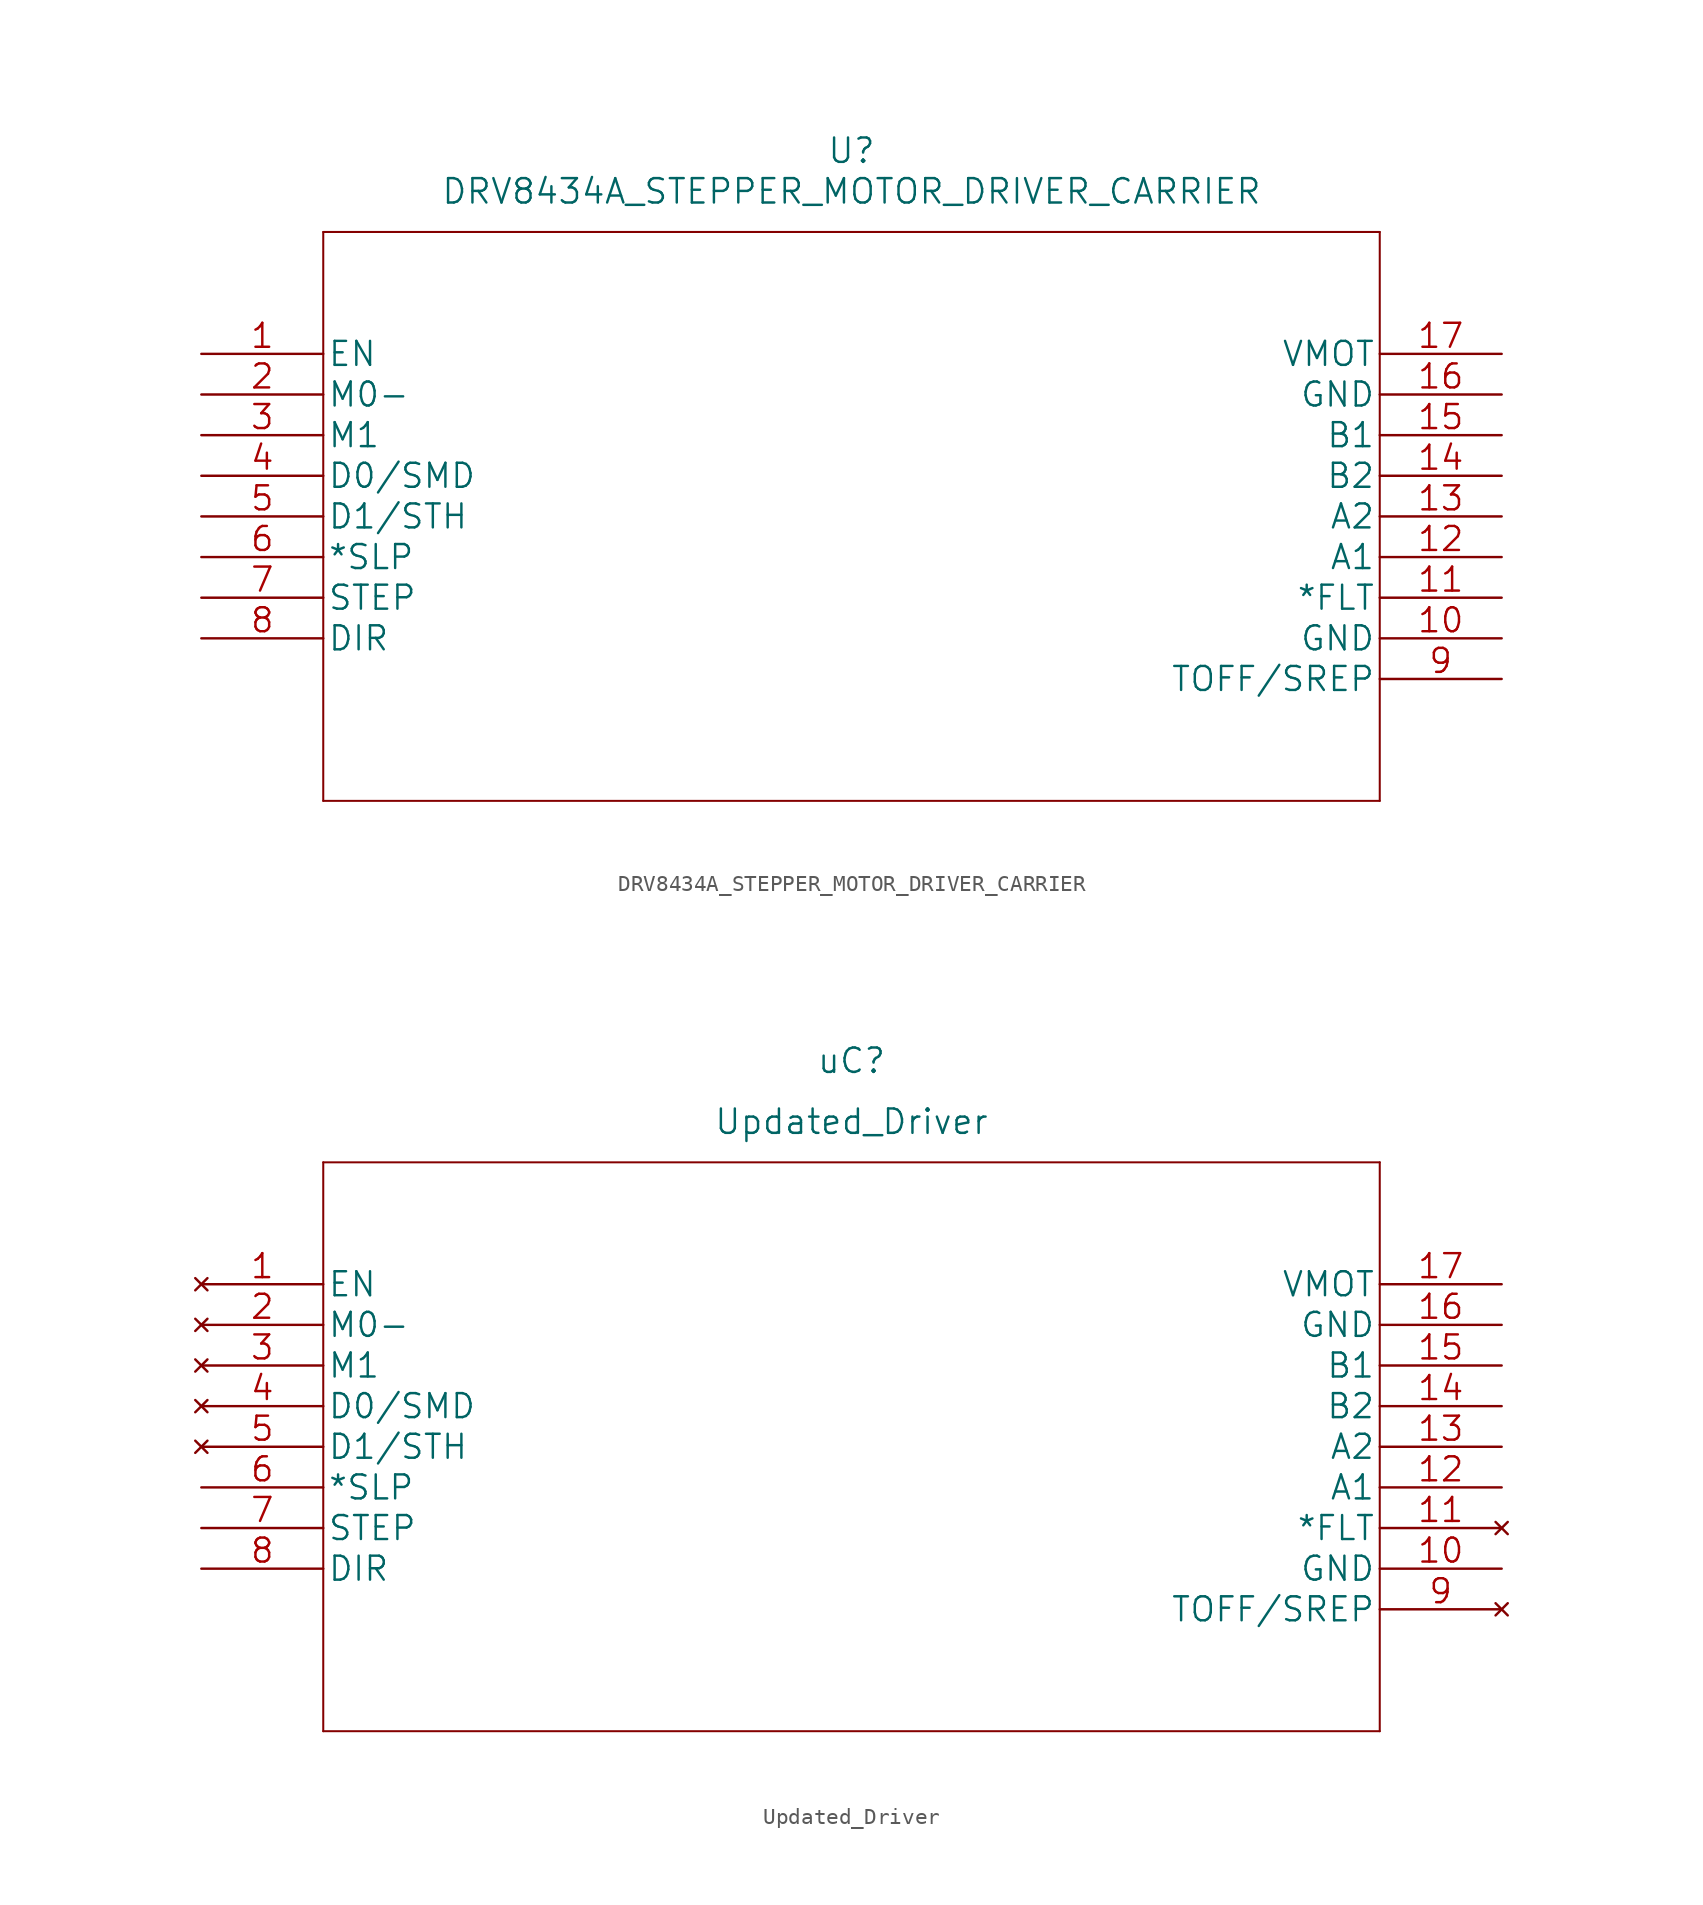
<source format=kicad_sym>
(kicad_symbol_lib
  (version 20211014)
  (generator kicad_symbol_editor)
  (symbol "DRV8434A_STEPPER_MOTOR_DRIVER_CARRIER"
    (pin_names
      (offset 0.254))
    (property "Reference" "U"
      (at 40.64 12.7 0)
      (effects (font (size 1.524 1.524))))
    (property "Value" "DRV8434A_STEPPER_MOTOR_DRIVER_CARRIER"
      (at 40.64 10.16 0)
      (effects (font (size 1.524 1.524))))
    (property "Datasheet" ""
      (at 0 0 0)
      (effects (font (size 1.524 1.524))))
    (property "ki_locked" ""
      (at 0 0 0)
      (effects (font (size 1.27 1.27))))
    (symbol "DRV8434A_STEPPER_MOTOR_DRIVER_CARRIER_1_1"
      (polyline (pts (xy 7.62 -27.94) (xy 73.66 -27.94)) (stroke (width 0.127) (type default) (color 0 0 0 0)) (fill (type none)))
      (polyline (pts (xy 7.62 7.62) (xy 7.62 -27.94)) (stroke (width 0.127) (type default) (color 0 0 0 0)) (fill (type none)))
      (polyline (pts (xy 73.66 -27.94) (xy 73.66 7.62)) (stroke (width 0.127) (type default) (color 0 0 0 0)) (fill (type none)))
      (polyline (pts (xy 73.66 7.62) (xy 7.62 7.62)) (stroke (width 0.127) (type default) (color 0 0 0 0)) (fill (type none)))
      (pin unspecified line (at 0 0 0) (length 7.62) (name "EN" (effects (font (size 1.499 1.499)))) (number "1" (effects (font (size 1.499 1.499)))))
      (pin power_in line (at 81.28 -17.78 180) (length 7.62) (name "GND" (effects (font (size 1.499 1.499)))) (number "10" (effects (font (size 1.499 1.499)))))
      (pin unspecified line (at 81.28 -15.24 180) (length 7.62) (name "*FLT" (effects (font (size 1.499 1.499)))) (number "11" (effects (font (size 1.499 1.499)))))
      (pin bidirectional line (at 81.28 -12.7 180) (length 7.62) (name "A1" (effects (font (size 1.499 1.499)))) (number "12" (effects (font (size 1.499 1.499)))))
      (pin bidirectional line (at 81.28 -10.16 180) (length 7.62) (name "A2" (effects (font (size 1.499 1.499)))) (number "13" (effects (font (size 1.499 1.499)))))
      (pin bidirectional line (at 81.28 -7.62 180) (length 7.62) (name "B2" (effects (font (size 1.499 1.499)))) (number "14" (effects (font (size 1.499 1.499)))))
      (pin bidirectional line (at 81.28 -5.08 180) (length 7.62) (name "B1" (effects (font (size 1.499 1.499)))) (number "15" (effects (font (size 1.499 1.499)))))
      (pin power_in line (at 81.28 -2.54 180) (length 7.62) (name "GND" (effects (font (size 1.499 1.499)))) (number "16" (effects (font (size 1.499 1.499)))))
      (pin unspecified line (at 81.28 0 180) (length 7.62) (name "VMOT" (effects (font (size 1.499 1.499)))) (number "17" (effects (font (size 1.499 1.499)))))
      (pin bidirectional line (at 0 -2.54 0) (length 7.62) (name "M0-" (effects (font (size 1.499 1.499)))) (number "2" (effects (font (size 1.499 1.499)))))
      (pin bidirectional line (at 0 -5.08 0) (length 7.62) (name "M1" (effects (font (size 1.499 1.499)))) (number "3" (effects (font (size 1.499 1.499)))))
      (pin bidirectional line (at 0 -7.62 0) (length 7.62) (name "D0/SMD" (effects (font (size 1.499 1.499)))) (number "4" (effects (font (size 1.499 1.499)))))
      (pin bidirectional line (at 0 -10.16 0) (length 7.62) (name "D1/STH" (effects (font (size 1.499 1.499)))) (number "5" (effects (font (size 1.499 1.499)))))
      (pin unspecified line (at 0 -12.7 0) (length 7.62) (name "*SLP" (effects (font (size 1.499 1.499)))) (number "6" (effects (font (size 1.499 1.499)))))
      (pin unspecified line (at 0 -15.24 0) (length 7.62) (name "STEP" (effects (font (size 1.499 1.499)))) (number "7" (effects (font (size 1.499 1.499)))))
      (pin unspecified line (at 0 -17.78 0) (length 7.62) (name "DIR" (effects (font (size 1.499 1.499)))) (number "8" (effects (font (size 1.499 1.499)))))
      (pin unspecified line (at 81.28 -20.32 180) (length 7.62) (name "TOFF/SREP" (effects (font (size 1.499 1.499)))) (number "9" (effects (font (size 1.499 1.499)))))))
  (symbol "Updated_Driver"
    (pin_names
      (offset 0.254))
    (property "Reference" "uC"
      (at 40.64 13.97 0)
      (effects (font (size 1.524 1.524))))
    (property "Value" "Updated_Driver"
      (at 40.64 10.16 0)
      (effects (font (size 1.524 1.524))))
    (property "Datasheet" ""
      (at 0 0 0)
      (effects (font (size 1.524 1.524))))
    (property "ki_locked" ""
      (at 0 0 0)
      (effects (font (size 1.27 1.27))))
    (symbol "Updated_Driver_1_1"
      (polyline (pts (xy 7.62 -27.94) (xy 73.66 -27.94)) (stroke (width 0.127) (type default) (color 0 0 0 0)) (fill (type none)))
      (polyline (pts (xy 7.62 7.62) (xy 7.62 -27.94)) (stroke (width 0.127) (type default) (color 0 0 0 0)) (fill (type none)))
      (polyline (pts (xy 73.66 -27.94) (xy 73.66 7.62)) (stroke (width 0.127) (type default) (color 0 0 0 0)) (fill (type none)))
      (polyline (pts (xy 73.66 7.62) (xy 7.62 7.62)) (stroke (width 0.127) (type default) (color 0 0 0 0)) (fill (type none)))
      (pin no_connect line (at 0 0 0) (length 7.62) (name "EN" (effects (font (size 1.499 1.499)))) (number "1" (effects (font (size 1.499 1.499)))))
      (pin passive line (at 81.28 -17.78 180) (length 7.62) (name "GND" (effects (font (size 1.499 1.499)))) (number "10" (effects (font (size 1.499 1.499)))))
      (pin no_connect line (at 81.28 -15.24 180) (length 7.62) (name "*FLT" (effects (font (size 1.499 1.499)))) (number "11" (effects (font (size 1.499 1.499)))))
      (pin passive line (at 81.28 -12.7 180) (length 7.62) (name "A1" (effects (font (size 1.499 1.499)))) (number "12" (effects (font (size 1.499 1.499)))))
      (pin passive line (at 81.28 -10.16 180) (length 7.62) (name "A2" (effects (font (size 1.499 1.499)))) (number "13" (effects (font (size 1.499 1.499)))))
      (pin passive line (at 81.28 -7.62 180) (length 7.62) (name "B2" (effects (font (size 1.499 1.499)))) (number "14" (effects (font (size 1.499 1.499)))))
      (pin passive line (at 81.28 -5.08 180) (length 7.62) (name "B1" (effects (font (size 1.499 1.499)))) (number "15" (effects (font (size 1.499 1.499)))))
      (pin power_out line (at 81.28 -2.54 180) (length 7.62) (name "GND" (effects (font (size 1.499 1.499)))) (number "16" (effects (font (size 1.499 1.499)))))
      (pin passive line (at 81.28 0 180) (length 7.62) (name "VMOT" (effects (font (size 1.499 1.499)))) (number "17" (effects (font (size 1.499 1.499)))))
      (pin no_connect line (at 0 -2.54 0) (length 7.62) (name "M0-" (effects (font (size 1.499 1.499)))) (number "2" (effects (font (size 1.499 1.499)))))
      (pin no_connect line (at 0 -5.08 0) (length 7.62) (name "M1" (effects (font (size 1.499 1.499)))) (number "3" (effects (font (size 1.499 1.499)))))
      (pin no_connect line (at 0 -7.62 0) (length 7.62) (name "D0/SMD" (effects (font (size 1.499 1.499)))) (number "4" (effects (font (size 1.499 1.499)))))
      (pin no_connect line (at 0 -10.16 0) (length 7.62) (name "D1/STH" (effects (font (size 1.499 1.499)))) (number "5" (effects (font (size 1.499 1.499)))))
      (pin passive line (at 0 -12.7 0) (length 7.62) (name "*SLP" (effects (font (size 1.499 1.499)))) (number "6" (effects (font (size 1.499 1.499)))))
      (pin passive line (at 0 -15.24 0) (length 7.62) (name "STEP" (effects (font (size 1.499 1.499)))) (number "7" (effects (font (size 1.499 1.499)))))
      (pin passive line (at 0 -17.78 0) (length 7.62) (name "DIR" (effects (font (size 1.499 1.499)))) (number "8" (effects (font (size 1.499 1.499)))))
      (pin no_connect line (at 81.28 -20.32 180) (length 7.62) (name "TOFF/SREP" (effects (font (size 1.499 1.499)))) (number "9" (effects (font (size 1.499 1.499))))))))
</source>
